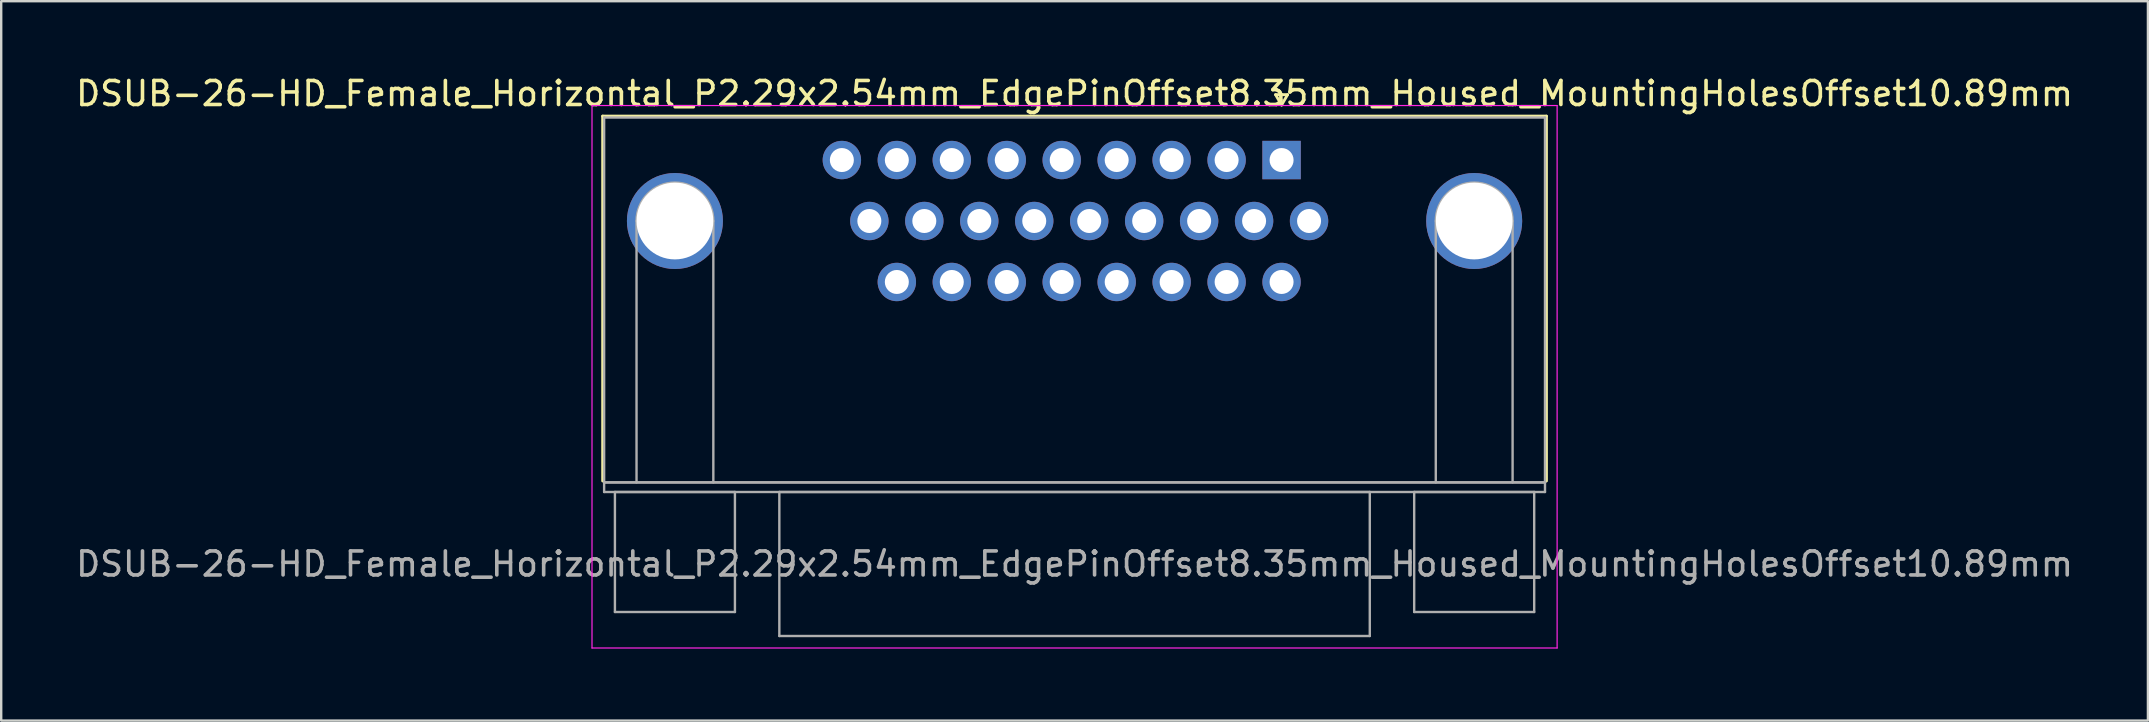
<source format=kicad_pcb>
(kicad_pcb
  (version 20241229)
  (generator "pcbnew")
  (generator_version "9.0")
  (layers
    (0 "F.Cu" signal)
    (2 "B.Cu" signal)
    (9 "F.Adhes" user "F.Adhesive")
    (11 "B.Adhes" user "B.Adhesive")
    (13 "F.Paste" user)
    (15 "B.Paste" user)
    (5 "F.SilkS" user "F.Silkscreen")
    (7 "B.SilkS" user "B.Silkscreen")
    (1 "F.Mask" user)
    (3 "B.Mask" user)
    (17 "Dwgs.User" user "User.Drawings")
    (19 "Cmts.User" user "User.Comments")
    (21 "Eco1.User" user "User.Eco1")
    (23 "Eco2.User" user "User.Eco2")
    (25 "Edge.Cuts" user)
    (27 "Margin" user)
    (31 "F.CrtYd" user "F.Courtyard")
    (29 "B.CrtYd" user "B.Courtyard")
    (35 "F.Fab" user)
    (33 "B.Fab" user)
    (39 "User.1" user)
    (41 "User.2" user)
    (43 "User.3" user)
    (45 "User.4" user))
  (footprint "DSUB-26-HD_Female_Horizontal_P2.29x2.54mm_EdgePinOffset8.35mm_Housed_MountingHolesOffset10.89mm"
    (layer "F.Cu")
    (at 50.345 3.618)
    (property "Reference" "DSUB-26-HD_Female_Horizontal_P2.29x2.54mm_EdgePinOffset8.35mm_Housed_MountingHolesOffset10.89mm" (at -8.625 -2.77 0) (layer "F.SilkS") (effects (font (size 1 1) (thickness 0.15))))
    (attr through_hole)
    (fp_line (start -28.285 -1.83) (end 11.035 -1.83) (stroke (width 0.12) (type solid)) (layer "F.SilkS"))
    (fp_line (start -28.285 13.37) (end -28.285 -1.83) (stroke (width 0.12) (type solid)) (layer "F.SilkS"))
    (fp_line (start -0.25 -2.724) (end 0.25 -2.724) (stroke (width 0.12) (type solid)) (layer "F.SilkS"))
    (fp_line (start 0 -2.291) (end -0.25 -2.724) (stroke (width 0.12) (type solid)) (layer "F.SilkS"))
    (fp_line (start 0.25 -2.724) (end 0 -2.291) (stroke (width 0.12) (type solid)) (layer "F.SilkS"))
    (fp_line (start 11.035 -1.83) (end 11.035 13.37) (stroke (width 0.12) (type solid)) (layer "F.SilkS"))
    (fp_line (start -28.73 -2.27) (end -28.73 20.33) (stroke (width 0.05) (type solid)) (layer "F.CrtYd"))
    (fp_line (start -28.73 20.33) (end 11.48 20.33) (stroke (width 0.05) (type solid)) (layer "F.CrtYd"))
    (fp_line (start 11.48 -2.27) (end -28.73 -2.27) (stroke (width 0.05) (type solid)) (layer "F.CrtYd"))
    (fp_line (start 11.48 20.33) (end 11.48 -2.27) (stroke (width 0.05) (type solid)) (layer "F.CrtYd"))
    (fp_line (start -28.225 -1.77) (end -28.225 13.43) (stroke (width 0.1) (type solid)) (layer "F.Fab"))
    (fp_line (start -28.225 13.43) (end -28.225 13.83) (stroke (width 0.1) (type solid)) (layer "F.Fab"))
    (fp_line (start -28.225 13.43) (end 10.975 13.43) (stroke (width 0.1) (type solid)) (layer "F.Fab"))
    (fp_line (start -28.225 13.83) (end 10.975 13.83) (stroke (width 0.1) (type solid)) (layer "F.Fab"))
    (fp_line (start -27.775 13.83) (end -27.775 18.83) (stroke (width 0.1) (type solid)) (layer "F.Fab"))
    (fp_line (start -27.775 18.83) (end -22.775 18.83) (stroke (width 0.1) (type solid)) (layer "F.Fab"))
    (fp_line (start -26.875 13.43) (end -26.875 2.54) (stroke (width 0.1) (type solid)) (layer "F.Fab"))
    (fp_line (start -23.675 13.43) (end -23.675 2.54) (stroke (width 0.1) (type solid)) (layer "F.Fab"))
    (fp_line (start -22.775 13.83) (end -27.775 13.83) (stroke (width 0.1) (type solid)) (layer "F.Fab"))
    (fp_line (start -22.775 18.83) (end -22.775 13.83) (stroke (width 0.1) (type solid)) (layer "F.Fab"))
    (fp_line (start -20.925 13.83) (end -20.925 19.83) (stroke (width 0.1) (type solid)) (layer "F.Fab"))
    (fp_line (start -20.925 19.83) (end 3.675 19.83) (stroke (width 0.1) (type solid)) (layer "F.Fab"))
    (fp_line (start 3.675 13.83) (end -20.925 13.83) (stroke (width 0.1) (type solid)) (layer "F.Fab"))
    (fp_line (start 3.675 19.83) (end 3.675 13.83) (stroke (width 0.1) (type solid)) (layer "F.Fab"))
    (fp_line (start 5.525 13.83) (end 5.525 18.83) (stroke (width 0.1) (type solid)) (layer "F.Fab"))
    (fp_line (start 5.525 18.83) (end 10.525 18.83) (stroke (width 0.1) (type solid)) (layer "F.Fab"))
    (fp_line (start 6.425 13.43) (end 6.425 2.54) (stroke (width 0.1) (type solid)) (layer "F.Fab"))
    (fp_line (start 9.625 13.43) (end 9.625 2.54) (stroke (width 0.1) (type solid)) (layer "F.Fab"))
    (fp_line (start 10.525 13.83) (end 5.525 13.83) (stroke (width 0.1) (type solid)) (layer "F.Fab"))
    (fp_line (start 10.525 18.83) (end 10.525 13.83) (stroke (width 0.1) (type solid)) (layer "F.Fab"))
    (fp_line (start 10.975 -1.77) (end -28.225 -1.77) (stroke (width 0.1) (type solid)) (layer "F.Fab"))
    (fp_line (start 10.975 13.43) (end -28.225 13.43) (stroke (width 0.1) (type solid)) (layer "F.Fab"))
    (fp_line (start 10.975 13.43) (end 10.975 -1.77) (stroke (width 0.1) (type solid)) (layer "F.Fab"))
    (fp_line (start 10.975 13.83) (end 10.975 13.43) (stroke (width 0.1) (type solid)) (layer "F.Fab"))
    (fp_arc (start -26.875 2.54) (mid -25.275 0.94) (end -23.675 2.54) (stroke (width 0.1) (type solid)) (layer "F.Fab"))
    (fp_arc (start 6.425 2.54) (mid 8.025 0.94) (end 9.625 2.54) (stroke (width 0.1) (type solid)) (layer "F.Fab"))
    (fp_text user "${REFERENCE}" (at -8.625 16.83 0) (layer "F.Fab") (effects (font (size 1 1) (thickness 0.15))))
    (pad "0" thru_hole circle (at -25.275 2.54) (size 4 4) (drill 3.2) (layers "*.Cu" "*.Mask"))
    (pad "0" thru_hole circle (at 8.025 2.54) (size 4 4) (drill 3.2) (layers "*.Cu" "*.Mask"))
    (pad "1" thru_hole rect (at 0 0) (size 1.6 1.6) (drill 1) (layers "*.Cu" "*.Mask"))
    (pad "2" thru_hole circle (at -2.29 0) (size 1.6 1.6) (drill 1) (layers "*.Cu" "*.Mask"))
    (pad "3" thru_hole circle (at -4.58 0) (size 1.6 1.6) (drill 1) (layers "*.Cu" "*.Mask"))
    (pad "4" thru_hole circle (at -6.87 0) (size 1.6 1.6) (drill 1) (layers "*.Cu" "*.Mask"))
    (pad "5" thru_hole circle (at -9.16 0) (size 1.6 1.6) (drill 1) (layers "*.Cu" "*.Mask"))
    (pad "6" thru_hole circle (at -11.45 0) (size 1.6 1.6) (drill 1) (layers "*.Cu" "*.Mask"))
    (pad "7" thru_hole circle (at -13.74 0) (size 1.6 1.6) (drill 1) (layers "*.Cu" "*.Mask"))
    (pad "8" thru_hole circle (at -16.03 0) (size 1.6 1.6) (drill 1) (layers "*.Cu" "*.Mask"))
    (pad "9" thru_hole circle (at -18.32 0) (size 1.6 1.6) (drill 1) (layers "*.Cu" "*.Mask"))
    (pad "10" thru_hole circle (at 1.145 2.54) (size 1.6 1.6) (drill 1) (layers "*.Cu" "*.Mask"))
    (pad "11" thru_hole circle (at -1.145 2.54) (size 1.6 1.6) (drill 1) (layers "*.Cu" "*.Mask"))
    (pad "12" thru_hole circle (at -3.435 2.54) (size 1.6 1.6) (drill 1) (layers "*.Cu" "*.Mask"))
    (pad "13" thru_hole circle (at -5.725 2.54) (size 1.6 1.6) (drill 1) (layers "*.Cu" "*.Mask"))
    (pad "14" thru_hole circle (at -8.015 2.54) (size 1.6 1.6) (drill 1) (layers "*.Cu" "*.Mask"))
    (pad "15" thru_hole circle (at -10.305 2.54) (size 1.6 1.6) (drill 1) (layers "*.Cu" "*.Mask"))
    (pad "16" thru_hole circle (at -12.595 2.54) (size 1.6 1.6) (drill 1) (layers "*.Cu" "*.Mask"))
    (pad "17" thru_hole circle (at -14.885 2.54) (size 1.6 1.6) (drill 1) (layers "*.Cu" "*.Mask"))
    (pad "18" thru_hole circle (at -17.175 2.54) (size 1.6 1.6) (drill 1) (layers "*.Cu" "*.Mask"))
    (pad "19" thru_hole circle (at 0 5.08) (size 1.6 1.6) (drill 1) (layers "*.Cu" "*.Mask"))
    (pad "20" thru_hole circle (at -2.29 5.08) (size 1.6 1.6) (drill 1) (layers "*.Cu" "*.Mask"))
    (pad "21" thru_hole circle (at -4.58 5.08) (size 1.6 1.6) (drill 1) (layers "*.Cu" "*.Mask"))
    (pad "22" thru_hole circle (at -6.87 5.08) (size 1.6 1.6) (drill 1) (layers "*.Cu" "*.Mask"))
    (pad "23" thru_hole circle (at -9.16 5.08) (size 1.6 1.6) (drill 1) (layers "*.Cu" "*.Mask"))
    (pad "24" thru_hole circle (at -11.45 5.08) (size 1.6 1.6) (drill 1) (layers "*.Cu" "*.Mask"))
    (pad "25" thru_hole circle (at -13.74 5.08) (size 1.6 1.6) (drill 1) (layers "*.Cu" "*.Mask"))
    (pad "26" thru_hole circle (at -16.03 5.08) (size 1.6 1.6) (drill 1) (layers "*.Cu" "*.Mask")))
  (gr_rect
    (start -3 -3)
    (end 86.44 26.973)
    (stroke (width 0.1) (type default))
    (fill no)
    (layer "Edge.Cuts")))
</source>
